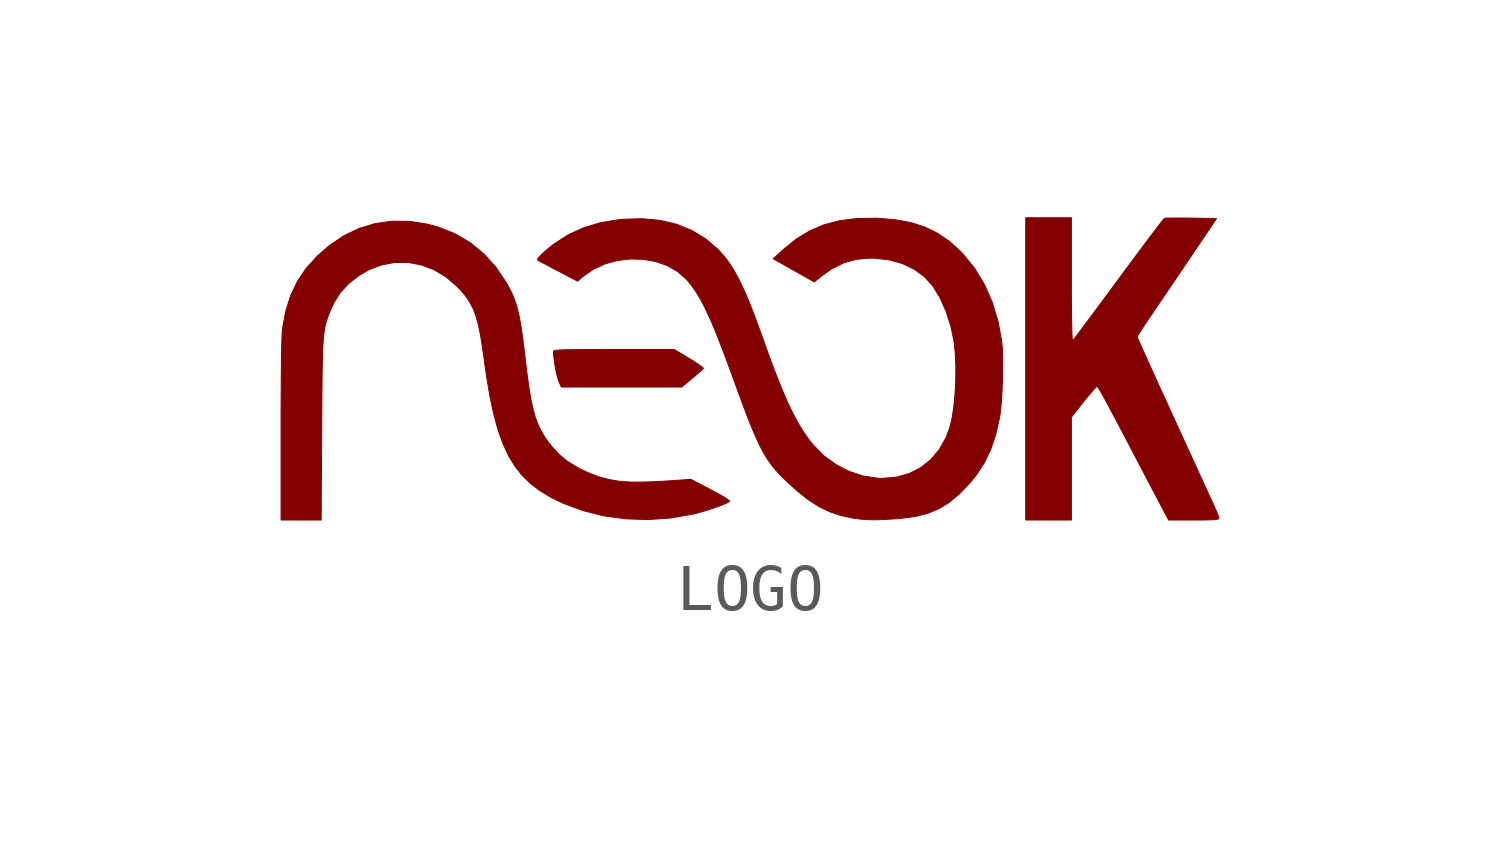
<source format=kicad_sym>
(kicad_symbol_lib
  (version 20210619)
  (generator bitmap2component)
  (symbol "LOGO"
    (pin_names
      (offset 1.016))
    (property "Reference" "#G"
      (at 0 2.569 0)
      (effects (font (size 1.27 1.27)) hide))
    (symbol "LOGO_0_0"
      (polyline (pts (xy -9.135 -1.309) (xy -9.133 -1.008) (xy -9.131 -0.65) (xy -9.128 -0.341) (xy -9.125 -0.076) (xy -9.12 0.149) (xy -9.115 0.338) (xy -9.108 0.497) (xy -9.099 0.629) (xy -9.088 0.741) (xy -9.074 0.836) (xy -9.057 0.918) (xy -9.037 0.993) (xy -9.014 1.066) (xy -8.986 1.14) (xy -8.955 1.22) (xy -8.875 1.396) (xy -8.738 1.613) (xy -8.563 1.802) (xy -8.341 1.975) (xy -8.144 2.091) (xy -7.869 2.198) (xy -7.587 2.252) (xy -7.302 2.253) (xy -7.021 2.202) (xy -6.748 2.1) (xy -6.49 1.947) (xy -6.252 1.743) (xy -6.162 1.648) (xy -6.062 1.529) (xy -5.979 1.405) (xy -5.91 1.27) (xy -5.852 1.117) (xy -5.801 0.936) (xy -5.756 0.721) (xy -5.714 0.465) (xy -5.671 0.159) (xy -5.627 -0.157) (xy -5.554 -0.589) (xy -5.473 -0.971) (xy -5.381 -1.308) (xy -5.276 -1.603) (xy -5.157 -1.861) (xy -5.02 -2.086) (xy -4.865 -2.283) (xy -4.689 -2.454) (xy -4.489 -2.606) (xy -4.265 -2.742) (xy -4.005 -2.87) (xy -3.58 -3.029) (xy -3.132 -3.142) (xy -2.666 -3.206) (xy -2.189 -3.223) (xy -1.708 -3.189) (xy -1.229 -3.106) (xy -1.157 -3.089) (xy -1.011 -3.048) (xy -0.861 -3.002) (xy -0.717 -2.952) (xy -0.592 -2.905) (xy -0.498 -2.864) (xy -0.448 -2.833) (xy -0.456 -2.82) (xy -0.506 -2.783) (xy -0.593 -2.729) (xy -0.71 -2.663) (xy -0.848 -2.588) (xy -1.272 -2.366) (xy -1.82 -2.403) (xy -2.009 -2.414) (xy -2.314 -2.425) (xy -2.577 -2.423) (xy -2.809 -2.405) (xy -3.018 -2.37) (xy -3.215 -2.318) (xy -3.408 -2.247) (xy -3.607 -2.156) (xy -3.705 -2.104) (xy -3.909 -1.978) (xy -4.081 -1.836) (xy -4.237 -1.665) (xy -4.296 -1.591) (xy -4.387 -1.464) (xy -4.464 -1.335) (xy -4.53 -1.197) (xy -4.587 -1.043) (xy -4.636 -0.867) (xy -4.68 -0.662) (xy -4.721 -0.42) (xy -4.76 -0.135) (xy -4.801 0.2) (xy -4.821 0.377) (xy -4.856 0.651) (xy -4.889 0.88) (xy -4.923 1.072) (xy -4.959 1.234) (xy -4.999 1.375) (xy -5.044 1.502) (xy -5.097 1.622) (xy -5.16 1.743) (xy -5.205 1.824) (xy -5.427 2.153) (xy -5.682 2.435) (xy -5.969 2.671) (xy -6.289 2.86) (xy -6.642 3.002) (xy -6.888 3.069) (xy -7.265 3.128) (xy -7.635 3.132) (xy -7.994 3.081) (xy -8.339 2.977) (xy -8.667 2.82) (xy -8.975 2.61) (xy -9.229 2.388) (xy -9.463 2.131) (xy -9.649 1.855) (xy -9.793 1.554) (xy -9.899 1.22) (xy -9.97 0.845) (xy -9.972 0.826) (xy -9.978 0.73) (xy -9.984 0.58) (xy -9.989 0.379) (xy -9.993 0.129) (xy -9.996 -0.166) (xy -9.998 -0.505) (xy -10 -0.885) (xy -10 -1.304) (xy -10 -3.232) (xy -9.146 -3.232) (xy -9.135 -1.309)) (stroke (width 0.01)) (fill (type outline)))
      (polyline (pts (xy 2.877 -3.219) (xy 3.122 -3.204) (xy 3.204 -3.197) (xy 3.511 -3.155) (xy 3.778 -3.087) (xy 4.016 -2.987) (xy 4.237 -2.849) (xy 4.452 -2.667) (xy 4.671 -2.438) (xy 4.803 -2.276) (xy 4.975 -2.014) (xy 5.112 -1.728) (xy 5.22 -1.407) (xy 5.301 -1.044) (xy 5.305 -1.021) (xy 5.326 -0.863) (xy 5.342 -0.665) (xy 5.355 -0.443) (xy 5.364 -0.208) (xy 5.367 0.024) (xy 5.366 0.241) (xy 5.359 0.428) (xy 5.346 0.572) (xy 5.271 0.978) (xy 5.147 1.396) (xy 4.98 1.779) (xy 4.771 2.125) (xy 4.521 2.433) (xy 4.475 2.481) (xy 4.236 2.698) (xy 3.983 2.872) (xy 3.711 3.006) (xy 3.412 3.102) (xy 3.077 3.163) (xy 2.7 3.194) (xy 2.667 3.195) (xy 2.264 3.189) (xy 1.898 3.143) (xy 1.562 3.055) (xy 1.253 2.923) (xy 0.963 2.746) (xy 0.687 2.521) (xy 0.481 2.331) (xy 0.918 2.085) (xy 1.355 1.838) (xy 1.523 1.974) (xy 1.721 2.115) (xy 1.982 2.245) (xy 2.259 2.321) (xy 2.556 2.345) (xy 2.641 2.343) (xy 2.95 2.308) (xy 3.234 2.228) (xy 3.486 2.107) (xy 3.704 1.947) (xy 3.881 1.749) (xy 4.028 1.508) (xy 4.158 1.219) (xy 4.261 0.902) (xy 4.33 0.572) (xy 4.334 0.543) (xy 4.358 0.299) (xy 4.369 0.028) (xy 4.367 -0.258) (xy 4.352 -0.543) (xy 4.326 -0.815) (xy 4.289 -1.058) (xy 4.242 -1.258) (xy 4.159 -1.481) (xy 4.015 -1.734) (xy 3.834 -1.948) (xy 3.619 -2.118) (xy 3.374 -2.243) (xy 3.102 -2.319) (xy 2.806 -2.345) (xy 2.705 -2.342) (xy 2.397 -2.295) (xy 2.097 -2.197) (xy 1.814 -2.051) (xy 1.555 -1.862) (xy 1.33 -1.633) (xy 1.229 -1.505) (xy 1.115 -1.34) (xy 1.004 -1.157) (xy 0.893 -0.949) (xy 0.779 -0.711) (xy 0.662 -0.438) (xy 0.537 -0.126) (xy 0.402 0.232) (xy 0.256 0.639) (xy 0.22 0.74) (xy 0.09 1.095) (xy -0.029 1.402) (xy -0.142 1.665) (xy -0.249 1.89) (xy -0.354 2.083) (xy -0.461 2.248) (xy -0.57 2.392) (xy -0.686 2.519) (xy -0.688 2.522) (xy -0.955 2.752) (xy -1.251 2.933) (xy -1.576 3.066) (xy -1.931 3.15) (xy -2.316 3.185) (xy -2.731 3.172) (xy -2.787 3.167) (xy -3.188 3.102) (xy -3.556 2.993) (xy -3.892 2.838) (xy -4.2 2.637) (xy -4.203 2.635) (xy -4.313 2.547) (xy -4.41 2.462) (xy -4.486 2.388) (xy -4.532 2.334) (xy -4.541 2.307) (xy -4.525 2.297) (xy -4.465 2.265) (xy -4.37 2.214) (xy -4.248 2.149) (xy -4.107 2.075) (xy -3.685 1.854) (xy -3.587 1.941) (xy -3.556 1.966) (xy -3.336 2.116) (xy -3.091 2.225) (xy -2.829 2.296) (xy -2.558 2.327) (xy -2.288 2.319) (xy -2.025 2.273) (xy -1.78 2.187) (xy -1.561 2.063) (xy -1.375 1.901) (xy -1.346 1.868) (xy -1.258 1.761) (xy -1.173 1.64) (xy -1.088 1.503) (xy -1.002 1.344) (xy -0.912 1.159) (xy -0.816 0.943) (xy -0.712 0.69) (xy -0.598 0.397) (xy -0.471 0.059) (xy -0.329 -0.329) (xy -0.306 -0.394) (xy -0.182 -0.731) (xy -0.074 -1.02) (xy 0.024 -1.266) (xy 0.114 -1.476) (xy 0.198 -1.656) (xy 0.28 -1.81) (xy 0.363 -1.945) (xy 0.449 -2.066) (xy 0.542 -2.179) (xy 0.645 -2.289) (xy 0.761 -2.403) (xy 1.007 -2.626) (xy 1.238 -2.807) (xy 1.46 -2.949) (xy 1.683 -3.056) (xy 1.915 -3.135) (xy 2.167 -3.189) (xy 2.197 -3.194) (xy 2.349 -3.214) (xy 2.503 -3.225) (xy 2.675 -3.227) (xy 2.877 -3.219)) (stroke (width 0.01)) (fill (type outline)))
      (polyline (pts (xy 6.829 -1.042) (xy 7.088 -0.714) (xy 7.128 -0.664) (xy 7.218 -0.554) (xy 7.294 -0.466) (xy 7.349 -0.407) (xy 7.376 -0.386) (xy 7.382 -0.389) (xy 7.396 -0.406) (xy 7.419 -0.441) (xy 7.452 -0.495) (xy 7.496 -0.573) (xy 7.553 -0.677) (xy 7.625 -0.811) (xy 7.714 -0.978) (xy 7.821 -1.179) (xy 7.948 -1.42) (xy 8.096 -1.702) (xy 8.267 -2.028) (xy 8.463 -2.403) (xy 8.515 -2.502) (xy 8.601 -2.665) (xy 8.681 -2.818) (xy 8.749 -2.947) (xy 8.798 -3.039) (xy 8.9 -3.232) (xy 9.436 -3.232) (xy 9.61 -3.232) (xy 9.758 -3.229) (xy 9.861 -3.225) (xy 9.927 -3.218) (xy 9.961 -3.207) (xy 9.971 -3.193) (xy 9.969 -3.179) (xy 9.947 -3.117) (xy 9.909 -3.024) (xy 9.86 -2.914) (xy 9.81 -2.807) (xy 9.74 -2.654) (xy 9.664 -2.488) (xy 9.592 -2.331) (xy 9.591 -2.329) (xy 9.546 -2.232) (xy 9.482 -2.09) (xy 9.399 -1.91) (xy 9.302 -1.698) (xy 9.194 -1.461) (xy 9.077 -1.206) (xy 8.956 -0.94) (xy 8.832 -0.669) (xy 8.8 -0.6) (xy 8.684 -0.347) (xy 8.577 -0.11) (xy 8.48 0.104) (xy 8.395 0.291) (xy 8.326 0.446) (xy 8.273 0.564) (xy 8.24 0.64) (xy 8.229 0.669) (xy 8.243 0.696) (xy 8.285 0.763) (xy 8.349 0.862) (xy 8.43 0.985) (xy 8.524 1.124) (xy 8.63 1.281) (xy 8.791 1.518) (xy 8.962 1.771) (xy 9.137 2.029) (xy 9.308 2.282) (xy 9.468 2.519) (xy 9.61 2.73) (xy 9.727 2.903) (xy 9.92 3.189) (xy 9.382 3.197) (xy 9.381 3.197) (xy 9.21 3.199) (xy 9.058 3.199) (xy 8.935 3.198) (xy 8.85 3.196) (xy 8.812 3.192) (xy 8.8 3.18) (xy 8.756 3.127) (xy 8.684 3.034) (xy 8.587 2.906) (xy 8.467 2.748) (xy 8.328 2.563) (xy 8.174 2.355) (xy 8.006 2.13) (xy 7.83 1.89) (xy 7.709 1.726) (xy 7.538 1.496) (xy 7.38 1.282) (xy 7.236 1.089) (xy 7.111 0.921) (xy 7.007 0.782) (xy 6.928 0.677) (xy 6.875 0.61) (xy 6.854 0.585) (xy 6.851 0.592) (xy 6.846 0.647) (xy 6.841 0.752) (xy 6.837 0.904) (xy 6.833 1.097) (xy 6.831 1.328) (xy 6.829 1.593) (xy 6.829 1.886) (xy 6.829 3.204) (xy 5.857 3.204) (xy 5.857 -3.232) (xy 6.829 -3.232) (xy 6.829 -1.042)) (stroke (width 0.01)) (fill (type outline)))
      (polyline (pts (xy -1.242 -0.211) (xy -1.173 -0.153) (xy -1.089 -0.081) (xy -1.03 -0.027) (xy -1.006 -0.001) (xy -1.006 0.001) (xy -1.034 0.027) (xy -1.1 0.074) (xy -1.196 0.138) (xy -1.314 0.21) (xy -1.629 0.401) (xy -2.915 0.401) (xy -3.166 0.4) (xy -3.441 0.399) (xy -3.667 0.398) (xy -3.847 0.395) (xy -3.985 0.392) (xy -4.085 0.387) (xy -4.152 0.381) (xy -4.189 0.374) (xy -4.2 0.365) (xy -4.199 0.339) (xy -4.189 0.218) (xy -4.17 0.077) (xy -4.144 -0.065) (xy -4.116 -0.187) (xy -4.089 -0.272) (xy -4.032 -0.4) (xy -1.47 -0.4) (xy -1.242 -0.211)) (stroke (width 0.01)) (fill (type outline))))))
</source>
